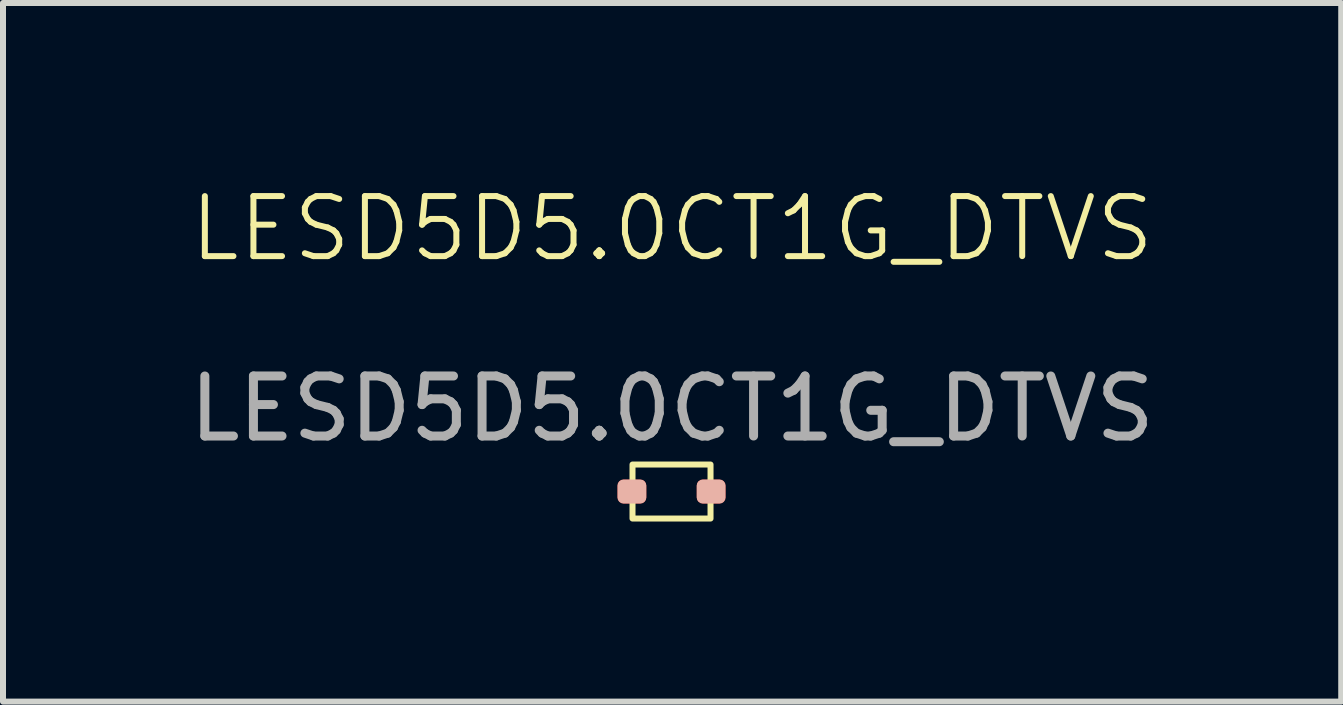
<source format=kicad_pcb>
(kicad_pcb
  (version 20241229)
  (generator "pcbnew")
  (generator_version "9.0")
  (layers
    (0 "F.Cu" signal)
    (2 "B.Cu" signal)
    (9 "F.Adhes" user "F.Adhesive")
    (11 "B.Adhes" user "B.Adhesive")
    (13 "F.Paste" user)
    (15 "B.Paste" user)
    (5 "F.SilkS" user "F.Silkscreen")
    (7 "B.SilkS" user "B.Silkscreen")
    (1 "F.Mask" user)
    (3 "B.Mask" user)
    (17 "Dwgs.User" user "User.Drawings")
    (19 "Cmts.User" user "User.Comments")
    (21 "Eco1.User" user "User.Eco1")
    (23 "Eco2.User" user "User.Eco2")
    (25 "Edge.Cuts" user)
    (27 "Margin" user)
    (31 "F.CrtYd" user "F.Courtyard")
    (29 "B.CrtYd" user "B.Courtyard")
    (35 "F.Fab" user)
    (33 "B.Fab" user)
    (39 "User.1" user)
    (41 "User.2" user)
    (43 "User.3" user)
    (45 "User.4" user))
  (footprint "LESD5D5.0CT1G_DTVS"
    (layer "F.Cu")
    (at 8.149 1.26)
    (property "Reference" "LESD5D5.0CT1G_DTVS" (at 0 -0.5 0) (unlocked yes) (layer "F.SilkS") (effects (font (size 1 1) (thickness 0.1))))
    (attr smd)
    (fp_rect (start -0.66 3.43) (end 0.64 4.33) (stroke (width 0.1) (type default)) (fill no) (layer "F.SilkS"))
    (fp_text user "${REFERENCE}" (at 0 2.5 0) (unlocked yes) (layer "F.Fab") (effects (font (size 1 1) (thickness 0.15))))
    (pad "1" smd roundrect (at -0.67 3.88) (size 0.48 0.4) (layers "F.Cu" "F.Mask" "B.SilkS" "F.Paste") (roundrect_rratio 0.25))
    (pad "2" smd roundrect (at 0.65 3.88) (size 0.48 0.4) (layers "F.Cu" "F.Mask" "B.SilkS" "F.Paste") (roundrect_rratio 0.25)))
  (gr_rect
    (start -3 -3)
    (end 19.298 8.64)
    (stroke (width 0.1) (type default))
    (fill no)
    (layer "Edge.Cuts")))
</source>
